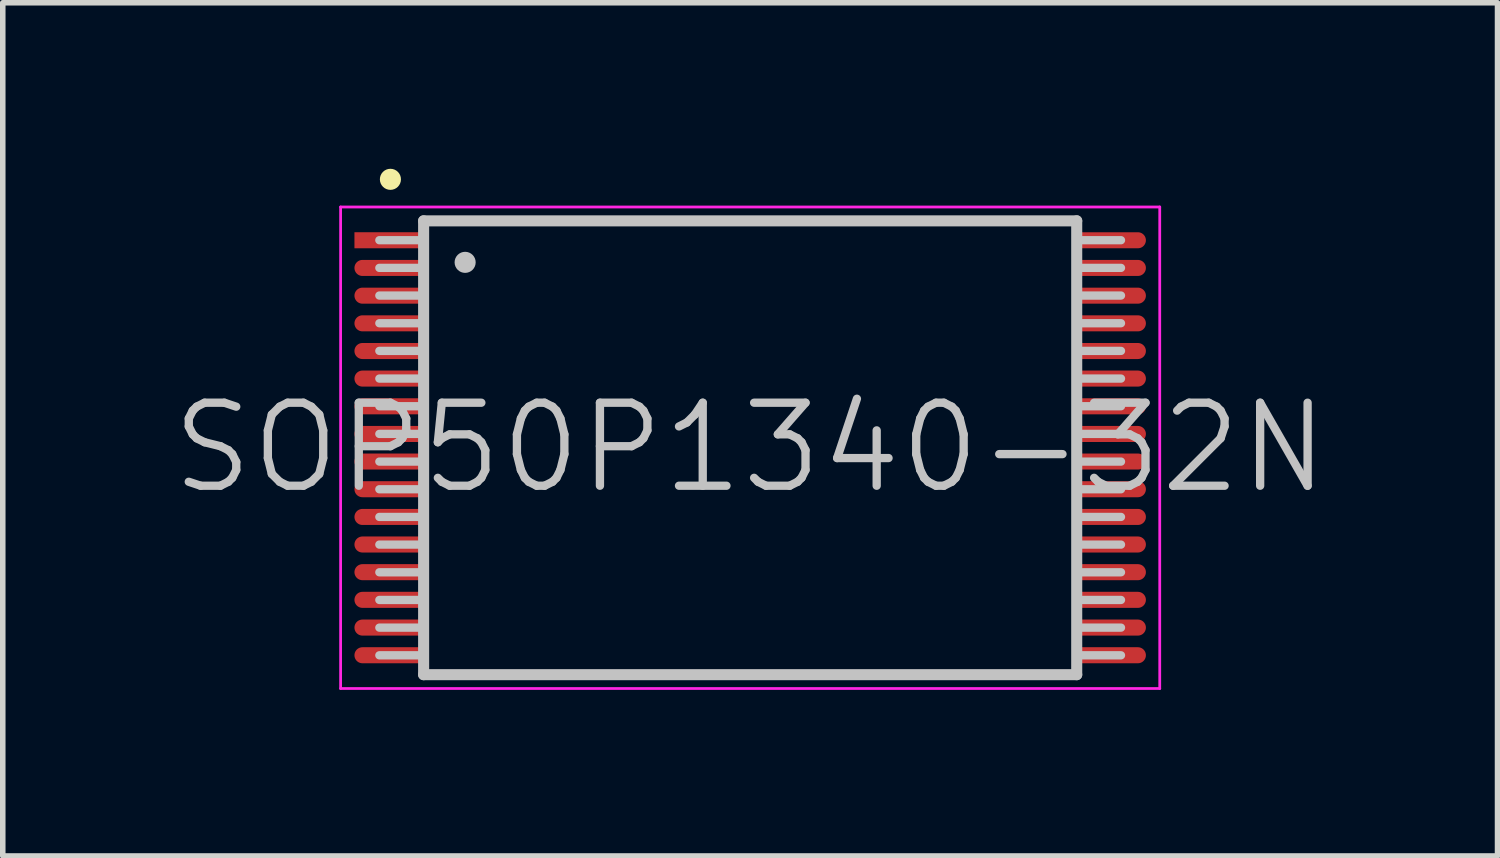
<source format=kicad_pcb>
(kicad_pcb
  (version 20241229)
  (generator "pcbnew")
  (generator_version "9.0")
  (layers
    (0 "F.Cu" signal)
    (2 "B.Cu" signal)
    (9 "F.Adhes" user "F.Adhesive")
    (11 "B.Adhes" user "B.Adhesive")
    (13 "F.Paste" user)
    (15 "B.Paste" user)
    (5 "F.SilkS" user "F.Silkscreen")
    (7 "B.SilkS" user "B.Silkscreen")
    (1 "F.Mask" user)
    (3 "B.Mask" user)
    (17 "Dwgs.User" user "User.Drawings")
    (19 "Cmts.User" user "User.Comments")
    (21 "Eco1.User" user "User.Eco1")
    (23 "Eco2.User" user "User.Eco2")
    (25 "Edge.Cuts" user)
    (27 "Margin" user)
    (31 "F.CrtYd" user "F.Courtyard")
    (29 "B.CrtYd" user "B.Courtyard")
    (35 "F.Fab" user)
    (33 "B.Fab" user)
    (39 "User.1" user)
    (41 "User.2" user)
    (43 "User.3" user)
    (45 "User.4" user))
  (footprint "SOP50P1340-32N"
    (layer "F.Cu")
    (at 10.504 5.04)
    (property "Reference" "SOP50P1340-32N" (at 0 0 0) (layer "Dwgs.User") (effects (font (size 1.5 1.5) (thickness 0.15))))
    (attr smd)
    (fp_line (start -6.5 -4.85) (end -6.5 -4.85) (stroke (width 0.381) (type solid)) (layer "F.SilkS"))
    (fp_line (start -5.9 -4.1) (end -5.9 4.1) (stroke (width 0.2) (type solid)) (layer "Dwgs.User"))
    (fp_line (start -5.9 -4.1) (end 5.9 -4.1) (stroke (width 0.2) (type solid)) (layer "Dwgs.User"))
    (fp_line (start -5.9 -3.75) (end -6.7 -3.75) (stroke (width 0.15) (type solid)) (layer "Dwgs.User"))
    (fp_line (start -5.9 -3.25) (end -6.7 -3.25) (stroke (width 0.15) (type solid)) (layer "Dwgs.User"))
    (fp_line (start -5.9 -2.75) (end -6.7 -2.75) (stroke (width 0.15) (type solid)) (layer "Dwgs.User"))
    (fp_line (start -5.9 -2.25) (end -6.7 -2.25) (stroke (width 0.15) (type solid)) (layer "Dwgs.User"))
    (fp_line (start -5.9 -1.75) (end -6.7 -1.75) (stroke (width 0.15) (type solid)) (layer "Dwgs.User"))
    (fp_line (start -5.9 -1.25) (end -6.7 -1.25) (stroke (width 0.15) (type solid)) (layer "Dwgs.User"))
    (fp_line (start -5.9 -0.75) (end -6.7 -0.75) (stroke (width 0.15) (type solid)) (layer "Dwgs.User"))
    (fp_line (start -5.9 -0.25) (end -6.7 -0.25) (stroke (width 0.15) (type solid)) (layer "Dwgs.User"))
    (fp_line (start -5.9 0.25) (end -6.7 0.25) (stroke (width 0.15) (type solid)) (layer "Dwgs.User"))
    (fp_line (start -5.9 0.75) (end -6.7 0.75) (stroke (width 0.15) (type solid)) (layer "Dwgs.User"))
    (fp_line (start -5.9 1.25) (end -6.7 1.25) (stroke (width 0.15) (type solid)) (layer "Dwgs.User"))
    (fp_line (start -5.9 1.75) (end -6.7 1.75) (stroke (width 0.15) (type solid)) (layer "Dwgs.User"))
    (fp_line (start -5.9 2.25) (end -6.7 2.25) (stroke (width 0.15) (type solid)) (layer "Dwgs.User"))
    (fp_line (start -5.9 2.75) (end -6.7 2.75) (stroke (width 0.15) (type solid)) (layer "Dwgs.User"))
    (fp_line (start -5.9 3.25) (end -6.7 3.25) (stroke (width 0.15) (type solid)) (layer "Dwgs.User"))
    (fp_line (start -5.9 3.75) (end -6.7 3.75) (stroke (width 0.15) (type solid)) (layer "Dwgs.User"))
    (fp_line (start -5.9 4.1) (end 5.9 4.1) (stroke (width 0.2) (type solid)) (layer "Dwgs.User"))
    (fp_line (start -5.15 -3.35) (end -5.15 -3.35) (stroke (width 0.381) (type solid)) (layer "Dwgs.User"))
    (fp_line (start 5.9 -4.1) (end 5.9 4.1) (stroke (width 0.2) (type solid)) (layer "Dwgs.User"))
    (fp_line (start 6.7 -3.75) (end 5.9 -3.75) (stroke (width 0.15) (type solid)) (layer "Dwgs.User"))
    (fp_line (start 6.7 -3.25) (end 5.9 -3.25) (stroke (width 0.15) (type solid)) (layer "Dwgs.User"))
    (fp_line (start 6.7 -2.75) (end 5.9 -2.75) (stroke (width 0.15) (type solid)) (layer "Dwgs.User"))
    (fp_line (start 6.7 -2.25) (end 5.9 -2.25) (stroke (width 0.15) (type solid)) (layer "Dwgs.User"))
    (fp_line (start 6.7 -1.75) (end 5.9 -1.75) (stroke (width 0.15) (type solid)) (layer "Dwgs.User"))
    (fp_line (start 6.7 -1.25) (end 5.9 -1.25) (stroke (width 0.15) (type solid)) (layer "Dwgs.User"))
    (fp_line (start 6.7 -0.75) (end 5.9 -0.75) (stroke (width 0.15) (type solid)) (layer "Dwgs.User"))
    (fp_line (start 6.7 -0.25) (end 5.9 -0.25) (stroke (width 0.15) (type solid)) (layer "Dwgs.User"))
    (fp_line (start 6.7 0.25) (end 5.9 0.25) (stroke (width 0.15) (type solid)) (layer "Dwgs.User"))
    (fp_line (start 6.7 0.75) (end 5.9 0.75) (stroke (width 0.15) (type solid)) (layer "Dwgs.User"))
    (fp_line (start 6.7 1.25) (end 5.9 1.25) (stroke (width 0.15) (type solid)) (layer "Dwgs.User"))
    (fp_line (start 6.7 1.75) (end 5.9 1.75) (stroke (width 0.15) (type solid)) (layer "Dwgs.User"))
    (fp_line (start 6.7 2.25) (end 5.9 2.25) (stroke (width 0.15) (type solid)) (layer "Dwgs.User"))
    (fp_line (start 6.7 2.75) (end 5.9 2.75) (stroke (width 0.15) (type solid)) (layer "Dwgs.User"))
    (fp_line (start 6.7 3.25) (end 5.9 3.25) (stroke (width 0.15) (type solid)) (layer "Dwgs.User"))
    (fp_line (start 6.7 3.75) (end 5.9 3.75) (stroke (width 0.15) (type solid)) (layer "Dwgs.User"))
    (fp_line (start -7.4 -4.35) (end -7.4 4.35) (stroke (width 0.05) (type solid)) (layer "F.CrtYd"))
    (fp_line (start -7.4 -4.35) (end 7.4 -4.35) (stroke (width 0.05) (type solid)) (layer "F.CrtYd"))
    (fp_line (start -7.4 4.35) (end 7.4 4.35) (stroke (width 0.05) (type solid)) (layer "F.CrtYd"))
    (fp_line (start 7.4 -4.35) (end 7.4 4.35) (stroke (width 0.05) (type solid)) (layer "F.CrtYd"))
    (pad "1" smd rect (at -6.5 -3.749 90) (size 0.29 1.3) (layers "F.Cu" "F.Mask" "F.Paste"))
    (pad "2" smd oval (at -6.5 -3.249 90) (size 0.29 1.3) (layers "F.Cu" "F.Mask" "F.Paste"))
    (pad "3" smd oval (at -6.5 -2.748 90) (size 0.29 1.3) (layers "F.Cu" "F.Mask" "F.Paste"))
    (pad "4" smd oval (at -6.5 -2.248 90) (size 0.29 1.3) (layers "F.Cu" "F.Mask" "F.Paste"))
    (pad "5" smd oval (at -6.5 -1.748 90) (size 0.29 1.3) (layers "F.Cu" "F.Mask" "F.Paste"))
    (pad "6" smd oval (at -6.5 -1.25 90) (size 0.29 1.3) (layers "F.Cu" "F.Mask" "F.Paste"))
    (pad "7" smd oval (at -6.5 -0.749 90) (size 0.29 1.3) (layers "F.Cu" "F.Mask" "F.Paste"))
    (pad "8" smd oval (at -6.5 -0.249 90) (size 0.29 1.3) (layers "F.Cu" "F.Mask" "F.Paste"))
    (pad "9" smd oval (at -6.5 0.249 90) (size 0.29 1.3) (layers "F.Cu" "F.Mask" "F.Paste"))
    (pad "10" smd oval (at -6.5 0.749 90) (size 0.29 1.3) (layers "F.Cu" "F.Mask" "F.Paste"))
    (pad "11" smd oval (at -6.5 1.25 90) (size 0.29 1.3) (layers "F.Cu" "F.Mask" "F.Paste"))
    (pad "12" smd oval (at -6.5 1.748 90) (size 0.29 1.3) (layers "F.Cu" "F.Mask" "F.Paste"))
    (pad "13" smd oval (at -6.5 2.248 90) (size 0.29 1.3) (layers "F.Cu" "F.Mask" "F.Paste"))
    (pad "14" smd oval (at -6.5 2.748 90) (size 0.29 1.3) (layers "F.Cu" "F.Mask" "F.Paste"))
    (pad "15" smd oval (at -6.5 3.249 90) (size 0.29 1.3) (layers "F.Cu" "F.Mask" "F.Paste"))
    (pad "16" smd oval (at -6.5 3.749 90) (size 0.29 1.3) (layers "F.Cu" "F.Mask" "F.Paste"))
    (pad "17" smd oval (at 6.5 3.749 270) (size 0.29 1.3) (layers "F.Cu" "F.Mask" "F.Paste"))
    (pad "18" smd oval (at 6.5 3.249 270) (size 0.29 1.3) (layers "F.Cu" "F.Mask" "F.Paste"))
    (pad "19" smd oval (at 6.5 2.748 270) (size 0.29 1.3) (layers "F.Cu" "F.Mask" "F.Paste"))
    (pad "20" smd oval (at 6.5 2.248 270) (size 0.29 1.3) (layers "F.Cu" "F.Mask" "F.Paste"))
    (pad "21" smd oval (at 6.5 1.748 270) (size 0.29 1.3) (layers "F.Cu" "F.Mask" "F.Paste"))
    (pad "22" smd oval (at 6.5 1.25 270) (size 0.29 1.3) (layers "F.Cu" "F.Mask" "F.Paste"))
    (pad "23" smd oval (at 6.5 0.749 270) (size 0.29 1.3) (layers "F.Cu" "F.Mask" "F.Paste"))
    (pad "24" smd oval (at 6.5 0.249 270) (size 0.29 1.3) (layers "F.Cu" "F.Mask" "F.Paste"))
    (pad "25" smd oval (at 6.5 -0.249 270) (size 0.29 1.3) (layers "F.Cu" "F.Mask" "F.Paste"))
    (pad "26" smd oval (at 6.5 -0.749 270) (size 0.29 1.3) (layers "F.Cu" "F.Mask" "F.Paste"))
    (pad "27" smd oval (at 6.5 -1.25 270) (size 0.29 1.3) (layers "F.Cu" "F.Mask" "F.Paste"))
    (pad "28" smd oval (at 6.5 -1.748 270) (size 0.29 1.3) (layers "F.Cu" "F.Mask" "F.Paste"))
    (pad "29" smd oval (at 6.5 -2.248 270) (size 0.29 1.3) (layers "F.Cu" "F.Mask" "F.Paste"))
    (pad "30" smd oval (at 6.5 -2.748 270) (size 0.29 1.3) (layers "F.Cu" "F.Mask" "F.Paste"))
    (pad "31" smd oval (at 6.5 -3.249 270) (size 0.29 1.3) (layers "F.Cu" "F.Mask" "F.Paste"))
    (pad "32" smd oval (at 6.5 -3.749 270) (size 0.29 1.3) (layers "F.Cu" "F.Mask" "F.Paste")))
  (gr_rect
    (start -3 -3)
    (end 24.007 12.415)
    (stroke (width 0.1) (type default))
    (fill no)
    (layer "Edge.Cuts")))
</source>
